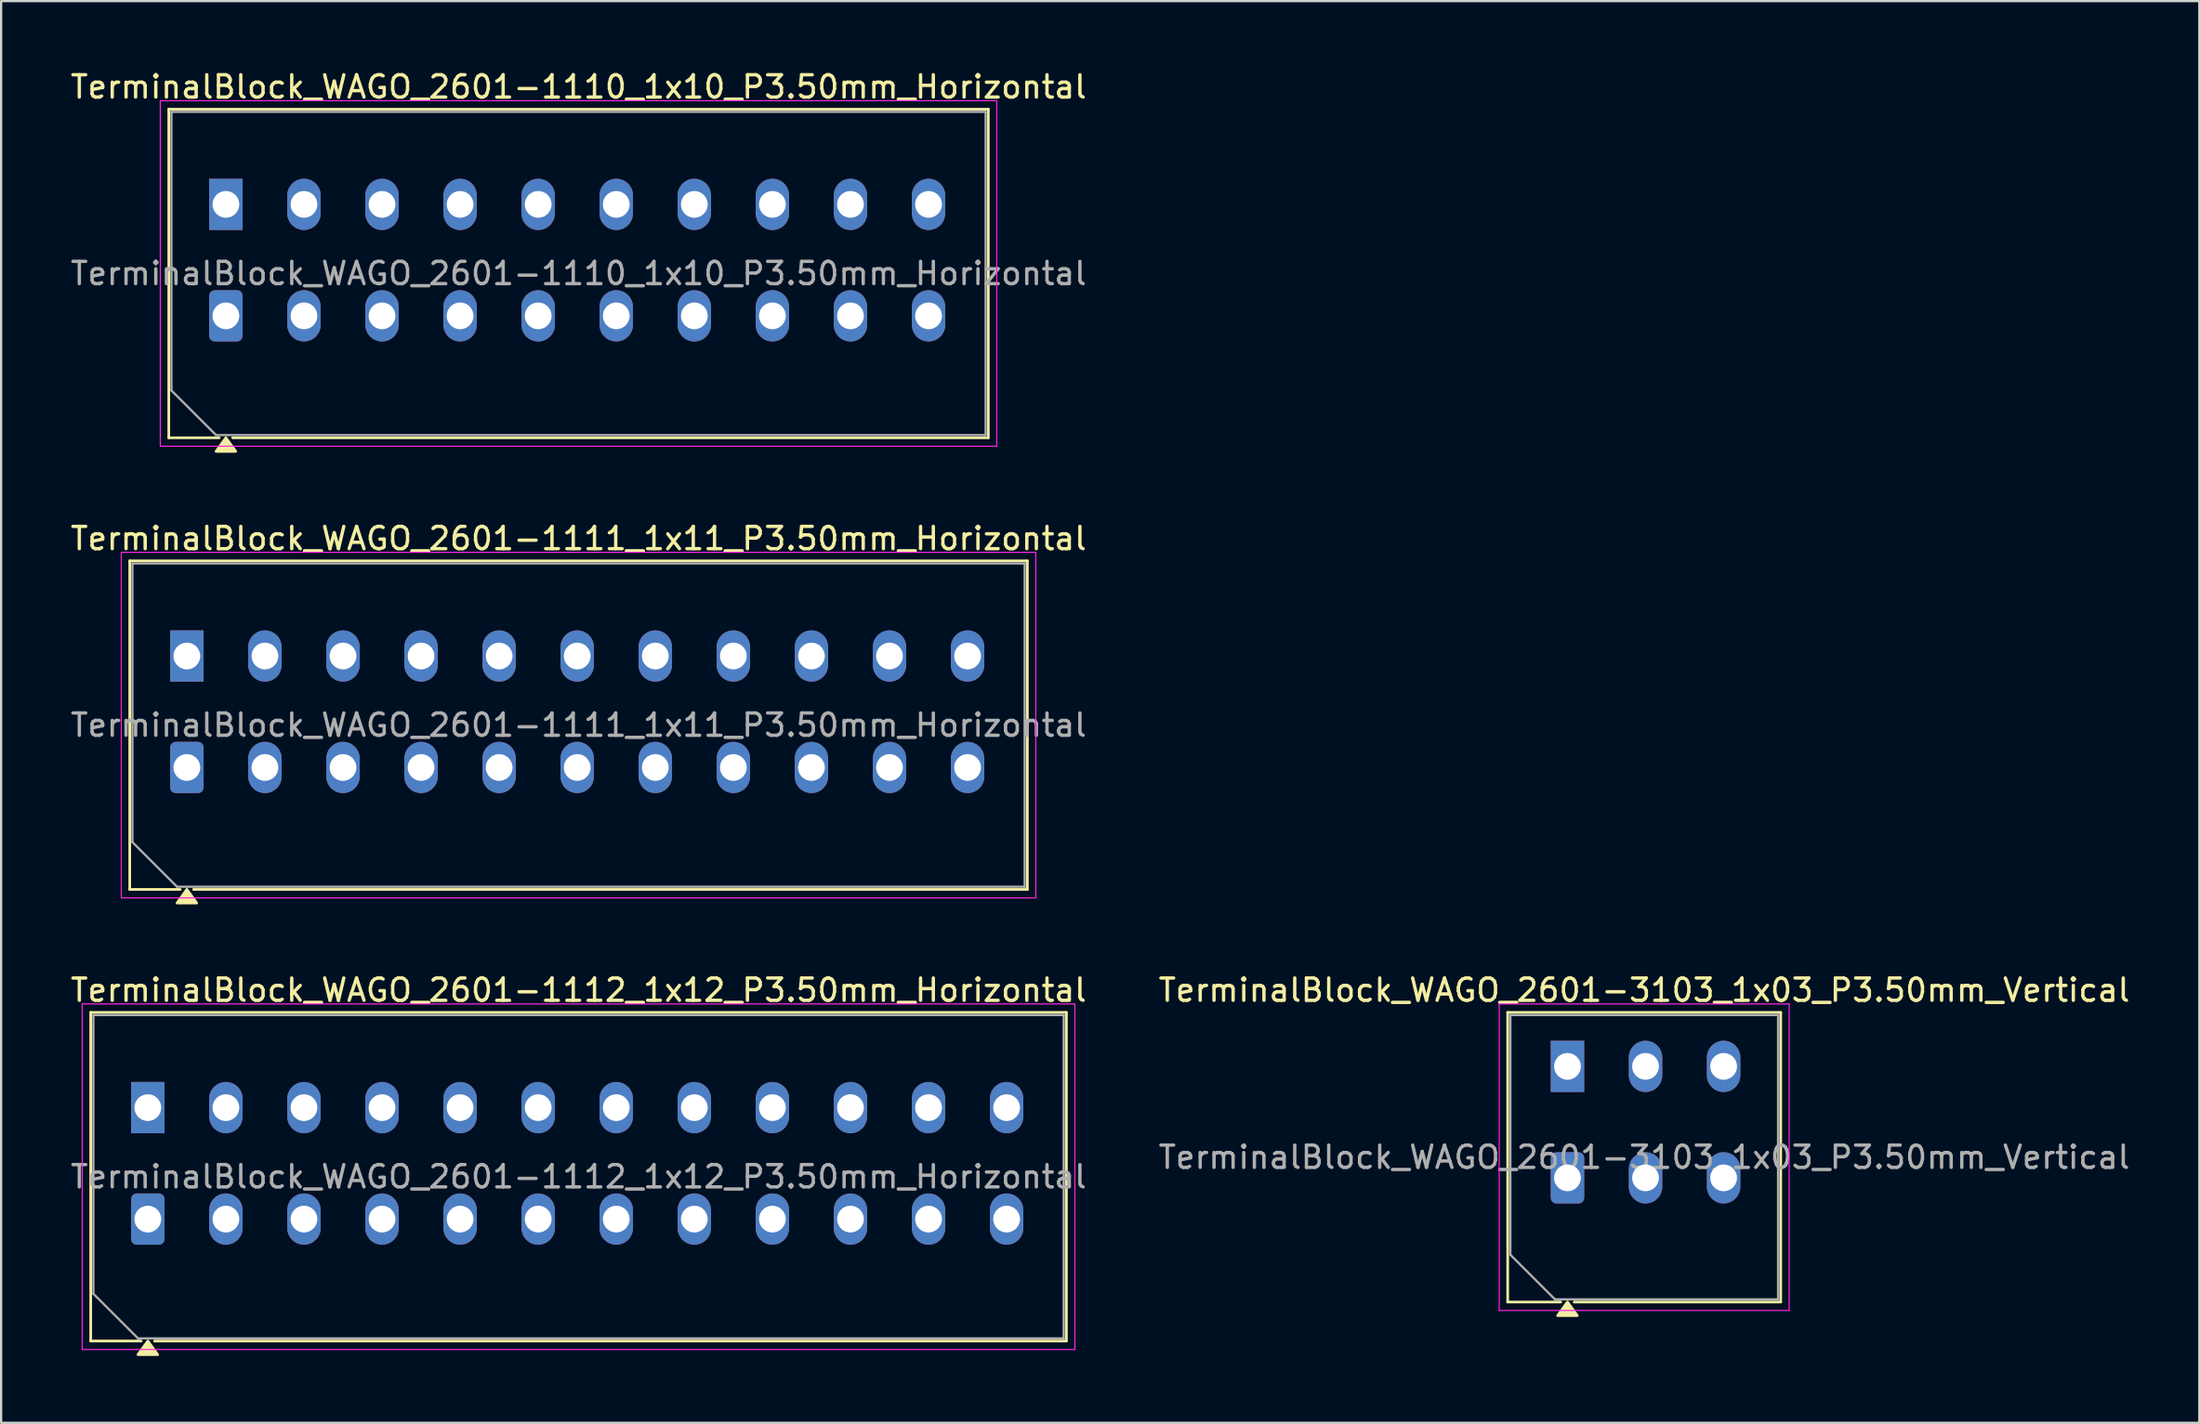
<source format=kicad_pcb>
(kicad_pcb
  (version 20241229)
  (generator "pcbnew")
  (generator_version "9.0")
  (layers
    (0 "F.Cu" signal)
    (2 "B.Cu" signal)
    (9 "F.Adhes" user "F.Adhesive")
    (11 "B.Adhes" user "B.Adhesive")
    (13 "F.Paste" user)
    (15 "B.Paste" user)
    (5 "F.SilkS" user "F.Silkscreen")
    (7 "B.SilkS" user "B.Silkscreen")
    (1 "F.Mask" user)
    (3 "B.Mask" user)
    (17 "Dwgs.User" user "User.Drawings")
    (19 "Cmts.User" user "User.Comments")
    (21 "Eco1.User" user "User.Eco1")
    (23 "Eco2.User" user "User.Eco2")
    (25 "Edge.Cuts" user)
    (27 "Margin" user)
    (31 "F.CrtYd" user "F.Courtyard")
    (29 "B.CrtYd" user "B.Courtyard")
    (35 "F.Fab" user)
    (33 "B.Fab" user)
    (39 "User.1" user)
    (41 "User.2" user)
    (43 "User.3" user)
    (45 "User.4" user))
  (footprint "TerminalBlock_WAGO_2601-1112_1x12_P3.50mm_Horizontal"
    (layer "F.Cu")
    (at 3.577 51.635)
    (property "Reference" "TerminalBlock_WAGO_2601-1112_1x12_P3.50mm_Horizontal" (at 19.31 -10.27 0) (layer "F.SilkS") (effects (font (size 1 1) (thickness 0.15))))
    (attr through_hole)
    (fp_line (start -2.56 -9.27) (end -2.56 5.47) (stroke (width 0.12) (type solid)) (layer "F.SilkS"))
    (fp_line (start -2.56 -9.27) (end 41.18 -9.27) (stroke (width 0.12) (type solid)) (layer "F.SilkS"))
    (fp_line (start -2.56 5.47) (end -0.3 5.47) (stroke (width 0.12) (type solid)) (layer "F.SilkS"))
    (fp_line (start 0.3 5.47) (end 41.18 5.47) (stroke (width 0.12) (type solid)) (layer "F.SilkS"))
    (fp_line (start 41.18 -9.27) (end 41.18 5.47) (stroke (width 0.12) (type solid)) (layer "F.SilkS"))
    (fp_poly (pts (xy 0 5.47) (xy 0.44 6.08) (xy -0.44 6.08)) (stroke (width 0.12) (type solid)) (fill yes) (layer "F.SilkS"))
    (fp_line (start -2.94 -9.65) (end -2.94 5.85) (stroke (width 0.05) (type solid)) (layer "F.CrtYd"))
    (fp_line (start -2.94 5.85) (end 41.56 5.85) (stroke (width 0.05) (type solid)) (layer "F.CrtYd"))
    (fp_line (start 41.56 -9.65) (end -2.94 -9.65) (stroke (width 0.05) (type solid)) (layer "F.CrtYd"))
    (fp_line (start 41.56 5.85) (end 41.56 -9.65) (stroke (width 0.05) (type solid)) (layer "F.CrtYd"))
    (fp_line (start -2.44 -9.15) (end 41.06 -9.15) (stroke (width 0.1) (type solid)) (layer "F.Fab"))
    (fp_line (start -2.44 3.35) (end -2.44 -9.15) (stroke (width 0.1) (type solid)) (layer "F.Fab"))
    (fp_line (start -0.44 5.35) (end -2.44 3.35) (stroke (width 0.1) (type solid)) (layer "F.Fab"))
    (fp_line (start 41.06 -9.15) (end 41.06 5.35) (stroke (width 0.1) (type solid)) (layer "F.Fab"))
    (fp_line (start 41.06 5.35) (end -0.44 5.35) (stroke (width 0.1) (type solid)) (layer "F.Fab"))
    (fp_text user "${REFERENCE}" (at 19.31 -1.9 0) (layer "F.Fab") (effects (font (size 1 1) (thickness 0.15))))
    (pad "1" thru_hole rect (at 0 -5) (size 1.5 2.3) (drill 1.2) (layers "*.Cu" "*.Mask"))
    (pad "1" thru_hole roundrect (at 0 0) (size 1.5 2.3) (drill 1.2) (layers "*.Cu" "*.Mask") (roundrect_rratio 0.167))
    (pad "2" thru_hole oval (at 3.5 -5) (size 1.5 2.3) (drill 1.2) (layers "*.Cu" "*.Mask"))
    (pad "2" thru_hole oval (at 3.5 0) (size 1.5 2.3) (drill 1.2) (layers "*.Cu" "*.Mask"))
    (pad "3" thru_hole oval (at 7 -5) (size 1.5 2.3) (drill 1.2) (layers "*.Cu" "*.Mask"))
    (pad "3" thru_hole oval (at 7 0) (size 1.5 2.3) (drill 1.2) (layers "*.Cu" "*.Mask"))
    (pad "4" thru_hole oval (at 10.5 -5) (size 1.5 2.3) (drill 1.2) (layers "*.Cu" "*.Mask"))
    (pad "4" thru_hole oval (at 10.5 0) (size 1.5 2.3) (drill 1.2) (layers "*.Cu" "*.Mask"))
    (pad "5" thru_hole oval (at 14 -5) (size 1.5 2.3) (drill 1.2) (layers "*.Cu" "*.Mask"))
    (pad "5" thru_hole oval (at 14 0) (size 1.5 2.3) (drill 1.2) (layers "*.Cu" "*.Mask"))
    (pad "6" thru_hole oval (at 17.5 -5) (size 1.5 2.3) (drill 1.2) (layers "*.Cu" "*.Mask"))
    (pad "6" thru_hole oval (at 17.5 0) (size 1.5 2.3) (drill 1.2) (layers "*.Cu" "*.Mask"))
    (pad "7" thru_hole oval (at 21 -5) (size 1.5 2.3) (drill 1.2) (layers "*.Cu" "*.Mask"))
    (pad "7" thru_hole oval (at 21 0) (size 1.5 2.3) (drill 1.2) (layers "*.Cu" "*.Mask"))
    (pad "8" thru_hole oval (at 24.5 -5) (size 1.5 2.3) (drill 1.2) (layers "*.Cu" "*.Mask"))
    (pad "8" thru_hole oval (at 24.5 0) (size 1.5 2.3) (drill 1.2) (layers "*.Cu" "*.Mask"))
    (pad "9" thru_hole oval (at 28 -5) (size 1.5 2.3) (drill 1.2) (layers "*.Cu" "*.Mask"))
    (pad "9" thru_hole oval (at 28 0) (size 1.5 2.3) (drill 1.2) (layers "*.Cu" "*.Mask"))
    (pad "10" thru_hole oval (at 31.5 -5) (size 1.5 2.3) (drill 1.2) (layers "*.Cu" "*.Mask"))
    (pad "10" thru_hole oval (at 31.5 0) (size 1.5 2.3) (drill 1.2) (layers "*.Cu" "*.Mask"))
    (pad "11" thru_hole oval (at 35 -5) (size 1.5 2.3) (drill 1.2) (layers "*.Cu" "*.Mask"))
    (pad "11" thru_hole oval (at 35 0) (size 1.5 2.3) (drill 1.2) (layers "*.Cu" "*.Mask"))
    (pad "12" thru_hole oval (at 38.5 -5) (size 1.5 2.3) (drill 1.2) (layers "*.Cu" "*.Mask"))
    (pad "12" thru_hole oval (at 38.5 0) (size 1.5 2.3) (drill 1.2) (layers "*.Cu" "*.Mask")))
  (footprint "TerminalBlock_WAGO_2601-1110_1x10_P3.50mm_Horizontal"
    (layer "F.Cu")
    (at 7.077 11.118)
    (property "Reference" "TerminalBlock_WAGO_2601-1110_1x10_P3.50mm_Horizontal" (at 15.81 -10.27 0) (layer "F.SilkS") (effects (font (size 1 1) (thickness 0.15))))
    (attr through_hole)
    (fp_line (start -2.56 -9.27) (end -2.56 5.47) (stroke (width 0.12) (type solid)) (layer "F.SilkS"))
    (fp_line (start -2.56 -9.27) (end 34.18 -9.27) (stroke (width 0.12) (type solid)) (layer "F.SilkS"))
    (fp_line (start -2.56 5.47) (end -0.3 5.47) (stroke (width 0.12) (type solid)) (layer "F.SilkS"))
    (fp_line (start 0.3 5.47) (end 34.18 5.47) (stroke (width 0.12) (type solid)) (layer "F.SilkS"))
    (fp_line (start 34.18 -9.27) (end 34.18 5.47) (stroke (width 0.12) (type solid)) (layer "F.SilkS"))
    (fp_poly (pts (xy 0 5.47) (xy 0.44 6.08) (xy -0.44 6.08)) (stroke (width 0.12) (type solid)) (fill yes) (layer "F.SilkS"))
    (fp_line (start -2.94 -9.65) (end -2.94 5.85) (stroke (width 0.05) (type solid)) (layer "F.CrtYd"))
    (fp_line (start -2.94 5.85) (end 34.56 5.85) (stroke (width 0.05) (type solid)) (layer "F.CrtYd"))
    (fp_line (start 34.56 -9.65) (end -2.94 -9.65) (stroke (width 0.05) (type solid)) (layer "F.CrtYd"))
    (fp_line (start 34.56 5.85) (end 34.56 -9.65) (stroke (width 0.05) (type solid)) (layer "F.CrtYd"))
    (fp_line (start -2.44 -9.15) (end 34.06 -9.15) (stroke (width 0.1) (type solid)) (layer "F.Fab"))
    (fp_line (start -2.44 3.35) (end -2.44 -9.15) (stroke (width 0.1) (type solid)) (layer "F.Fab"))
    (fp_line (start -0.44 5.35) (end -2.44 3.35) (stroke (width 0.1) (type solid)) (layer "F.Fab"))
    (fp_line (start 34.06 -9.15) (end 34.06 5.35) (stroke (width 0.1) (type solid)) (layer "F.Fab"))
    (fp_line (start 34.06 5.35) (end -0.44 5.35) (stroke (width 0.1) (type solid)) (layer "F.Fab"))
    (fp_text user "${REFERENCE}" (at 15.81 -1.9 0) (layer "F.Fab") (effects (font (size 1 1) (thickness 0.15))))
    (pad "1" thru_hole rect (at 0 -5) (size 1.5 2.3) (drill 1.2) (layers "*.Cu" "*.Mask"))
    (pad "1" thru_hole roundrect (at 0 0) (size 1.5 2.3) (drill 1.2) (layers "*.Cu" "*.Mask") (roundrect_rratio 0.167))
    (pad "2" thru_hole oval (at 3.5 -5) (size 1.5 2.3) (drill 1.2) (layers "*.Cu" "*.Mask"))
    (pad "2" thru_hole oval (at 3.5 0) (size 1.5 2.3) (drill 1.2) (layers "*.Cu" "*.Mask"))
    (pad "3" thru_hole oval (at 7 -5) (size 1.5 2.3) (drill 1.2) (layers "*.Cu" "*.Mask"))
    (pad "3" thru_hole oval (at 7 0) (size 1.5 2.3) (drill 1.2) (layers "*.Cu" "*.Mask"))
    (pad "4" thru_hole oval (at 10.5 -5) (size 1.5 2.3) (drill 1.2) (layers "*.Cu" "*.Mask"))
    (pad "4" thru_hole oval (at 10.5 0) (size 1.5 2.3) (drill 1.2) (layers "*.Cu" "*.Mask"))
    (pad "5" thru_hole oval (at 14 -5) (size 1.5 2.3) (drill 1.2) (layers "*.Cu" "*.Mask"))
    (pad "5" thru_hole oval (at 14 0) (size 1.5 2.3) (drill 1.2) (layers "*.Cu" "*.Mask"))
    (pad "6" thru_hole oval (at 17.5 -5) (size 1.5 2.3) (drill 1.2) (layers "*.Cu" "*.Mask"))
    (pad "6" thru_hole oval (at 17.5 0) (size 1.5 2.3) (drill 1.2) (layers "*.Cu" "*.Mask"))
    (pad "7" thru_hole oval (at 21 -5) (size 1.5 2.3) (drill 1.2) (layers "*.Cu" "*.Mask"))
    (pad "7" thru_hole oval (at 21 0) (size 1.5 2.3) (drill 1.2) (layers "*.Cu" "*.Mask"))
    (pad "8" thru_hole oval (at 24.5 -5) (size 1.5 2.3) (drill 1.2) (layers "*.Cu" "*.Mask"))
    (pad "8" thru_hole oval (at 24.5 0) (size 1.5 2.3) (drill 1.2) (layers "*.Cu" "*.Mask"))
    (pad "9" thru_hole oval (at 28 -5) (size 1.5 2.3) (drill 1.2) (layers "*.Cu" "*.Mask"))
    (pad "9" thru_hole oval (at 28 0) (size 1.5 2.3) (drill 1.2) (layers "*.Cu" "*.Mask"))
    (pad "10" thru_hole oval (at 31.5 -5) (size 1.5 2.3) (drill 1.2) (layers "*.Cu" "*.Mask"))
    (pad "10" thru_hole oval (at 31.5 0) (size 1.5 2.3) (drill 1.2) (layers "*.Cu" "*.Mask")))
  (footprint "TerminalBlock_WAGO_2601-1111_1x11_P3.50mm_Horizontal"
    (layer "F.Cu")
    (at 5.327 31.377)
    (property "Reference" "TerminalBlock_WAGO_2601-1111_1x11_P3.50mm_Horizontal" (at 17.56 -10.27 0) (layer "F.SilkS") (effects (font (size 1 1) (thickness 0.15))))
    (attr through_hole)
    (fp_line (start -2.56 -9.27) (end -2.56 5.47) (stroke (width 0.12) (type solid)) (layer "F.SilkS"))
    (fp_line (start -2.56 -9.27) (end 37.68 -9.27) (stroke (width 0.12) (type solid)) (layer "F.SilkS"))
    (fp_line (start -2.56 5.47) (end -0.3 5.47) (stroke (width 0.12) (type solid)) (layer "F.SilkS"))
    (fp_line (start 0.3 5.47) (end 37.68 5.47) (stroke (width 0.12) (type solid)) (layer "F.SilkS"))
    (fp_line (start 37.68 -9.27) (end 37.68 5.47) (stroke (width 0.12) (type solid)) (layer "F.SilkS"))
    (fp_poly (pts (xy 0 5.47) (xy 0.44 6.08) (xy -0.44 6.08)) (stroke (width 0.12) (type solid)) (fill yes) (layer "F.SilkS"))
    (fp_line (start -2.94 -9.65) (end -2.94 5.85) (stroke (width 0.05) (type solid)) (layer "F.CrtYd"))
    (fp_line (start -2.94 5.85) (end 38.06 5.85) (stroke (width 0.05) (type solid)) (layer "F.CrtYd"))
    (fp_line (start 38.06 -9.65) (end -2.94 -9.65) (stroke (width 0.05) (type solid)) (layer "F.CrtYd"))
    (fp_line (start 38.06 5.85) (end 38.06 -9.65) (stroke (width 0.05) (type solid)) (layer "F.CrtYd"))
    (fp_line (start -2.44 -9.15) (end 37.56 -9.15) (stroke (width 0.1) (type solid)) (layer "F.Fab"))
    (fp_line (start -2.44 3.35) (end -2.44 -9.15) (stroke (width 0.1) (type solid)) (layer "F.Fab"))
    (fp_line (start -0.44 5.35) (end -2.44 3.35) (stroke (width 0.1) (type solid)) (layer "F.Fab"))
    (fp_line (start 37.56 -9.15) (end 37.56 5.35) (stroke (width 0.1) (type solid)) (layer "F.Fab"))
    (fp_line (start 37.56 5.35) (end -0.44 5.35) (stroke (width 0.1) (type solid)) (layer "F.Fab"))
    (fp_text user "${REFERENCE}" (at 17.56 -1.9 0) (layer "F.Fab") (effects (font (size 1 1) (thickness 0.15))))
    (pad "1" thru_hole rect (at 0 -5) (size 1.5 2.3) (drill 1.2) (layers "*.Cu" "*.Mask"))
    (pad "1" thru_hole roundrect (at 0 0) (size 1.5 2.3) (drill 1.2) (layers "*.Cu" "*.Mask") (roundrect_rratio 0.167))
    (pad "2" thru_hole oval (at 3.5 -5) (size 1.5 2.3) (drill 1.2) (layers "*.Cu" "*.Mask"))
    (pad "2" thru_hole oval (at 3.5 0) (size 1.5 2.3) (drill 1.2) (layers "*.Cu" "*.Mask"))
    (pad "3" thru_hole oval (at 7 -5) (size 1.5 2.3) (drill 1.2) (layers "*.Cu" "*.Mask"))
    (pad "3" thru_hole oval (at 7 0) (size 1.5 2.3) (drill 1.2) (layers "*.Cu" "*.Mask"))
    (pad "4" thru_hole oval (at 10.5 -5) (size 1.5 2.3) (drill 1.2) (layers "*.Cu" "*.Mask"))
    (pad "4" thru_hole oval (at 10.5 0) (size 1.5 2.3) (drill 1.2) (layers "*.Cu" "*.Mask"))
    (pad "5" thru_hole oval (at 14 -5) (size 1.5 2.3) (drill 1.2) (layers "*.Cu" "*.Mask"))
    (pad "5" thru_hole oval (at 14 0) (size 1.5 2.3) (drill 1.2) (layers "*.Cu" "*.Mask"))
    (pad "6" thru_hole oval (at 17.5 -5) (size 1.5 2.3) (drill 1.2) (layers "*.Cu" "*.Mask"))
    (pad "6" thru_hole oval (at 17.5 0) (size 1.5 2.3) (drill 1.2) (layers "*.Cu" "*.Mask"))
    (pad "7" thru_hole oval (at 21 -5) (size 1.5 2.3) (drill 1.2) (layers "*.Cu" "*.Mask"))
    (pad "7" thru_hole oval (at 21 0) (size 1.5 2.3) (drill 1.2) (layers "*.Cu" "*.Mask"))
    (pad "8" thru_hole oval (at 24.5 -5) (size 1.5 2.3) (drill 1.2) (layers "*.Cu" "*.Mask"))
    (pad "8" thru_hole oval (at 24.5 0) (size 1.5 2.3) (drill 1.2) (layers "*.Cu" "*.Mask"))
    (pad "9" thru_hole oval (at 28 -5) (size 1.5 2.3) (drill 1.2) (layers "*.Cu" "*.Mask"))
    (pad "9" thru_hole oval (at 28 0) (size 1.5 2.3) (drill 1.2) (layers "*.Cu" "*.Mask"))
    (pad "10" thru_hole oval (at 31.5 -5) (size 1.5 2.3) (drill 1.2) (layers "*.Cu" "*.Mask"))
    (pad "10" thru_hole oval (at 31.5 0) (size 1.5 2.3) (drill 1.2) (layers "*.Cu" "*.Mask"))
    (pad "11" thru_hole oval (at 35 -5) (size 1.5 2.3) (drill 1.2) (layers "*.Cu" "*.Mask"))
    (pad "11" thru_hole oval (at 35 0) (size 1.5 2.3) (drill 1.2) (layers "*.Cu" "*.Mask")))
  (footprint "TerminalBlock_WAGO_2601-3103_1x03_P3.50mm_Vertical"
    (layer "F.Cu")
    (at 67.221 49.785)
    (property "Reference" "TerminalBlock_WAGO_2601-3103_1x03_P3.50mm_Vertical" (at 3.44 -8.42 0) (layer "F.SilkS") (effects (font (size 1 1) (thickness 0.15))))
    (attr through_hole)
    (fp_line (start -2.68 -7.42) (end -2.68 5.57) (stroke (width 0.12) (type solid)) (layer "F.SilkS"))
    (fp_line (start -2.68 -7.42) (end 9.56 -7.42) (stroke (width 0.12) (type solid)) (layer "F.SilkS"))
    (fp_line (start -2.68 5.57) (end -0.3 5.57) (stroke (width 0.12) (type solid)) (layer "F.SilkS"))
    (fp_line (start 0.3 5.57) (end 9.56 5.57) (stroke (width 0.12) (type solid)) (layer "F.SilkS"))
    (fp_line (start 9.56 -7.42) (end 9.56 5.57) (stroke (width 0.12) (type solid)) (layer "F.SilkS"))
    (fp_poly (pts (xy 0 5.57) (xy 0.44 6.18) (xy -0.44 6.18)) (stroke (width 0.12) (type solid)) (fill yes) (layer "F.SilkS"))
    (fp_line (start -3.06 -7.8) (end -3.06 5.95) (stroke (width 0.05) (type solid)) (layer "F.CrtYd"))
    (fp_line (start -3.06 5.95) (end 9.94 5.95) (stroke (width 0.05) (type solid)) (layer "F.CrtYd"))
    (fp_line (start 9.94 -7.8) (end -3.06 -7.8) (stroke (width 0.05) (type solid)) (layer "F.CrtYd"))
    (fp_line (start 9.94 5.95) (end 9.94 -7.8) (stroke (width 0.05) (type solid)) (layer "F.CrtYd"))
    (fp_line (start -2.56 -7.3) (end 9.44 -7.3) (stroke (width 0.1) (type solid)) (layer "F.Fab"))
    (fp_line (start -2.56 3.45) (end -2.56 -7.3) (stroke (width 0.1) (type solid)) (layer "F.Fab"))
    (fp_line (start -0.56 5.45) (end -2.56 3.45) (stroke (width 0.1) (type solid)) (layer "F.Fab"))
    (fp_line (start 9.44 -7.3) (end 9.44 5.45) (stroke (width 0.1) (type solid)) (layer "F.Fab"))
    (fp_line (start 9.44 5.45) (end -0.56 5.45) (stroke (width 0.1) (type solid)) (layer "F.Fab"))
    (fp_text user "${REFERENCE}" (at 3.44 -0.925 0) (layer "F.Fab") (effects (font (size 1 1) (thickness 0.15))))
    (pad "1" thru_hole rect (at 0 -5) (size 1.5 2.3) (drill 1.2) (layers "*.Cu" "*.Mask"))
    (pad "1" thru_hole roundrect (at 0 0) (size 1.5 2.3) (drill 1.2) (layers "*.Cu" "*.Mask") (roundrect_rratio 0.167))
    (pad "2" thru_hole oval (at 3.5 -5) (size 1.5 2.3) (drill 1.2) (layers "*.Cu" "*.Mask"))
    (pad "2" thru_hole oval (at 3.5 0) (size 1.5 2.3) (drill 1.2) (layers "*.Cu" "*.Mask"))
    (pad "3" thru_hole oval (at 7 -5) (size 1.5 2.3) (drill 1.2) (layers "*.Cu" "*.Mask"))
    (pad "3" thru_hole oval (at 7 0) (size 1.5 2.3) (drill 1.2) (layers "*.Cu" "*.Mask")))
  (gr_rect
    (start -3 -3)
    (end 95.548 60.775)
    (stroke (width 0.1) (type default))
    (fill no)
    (layer "Edge.Cuts")))
</source>
